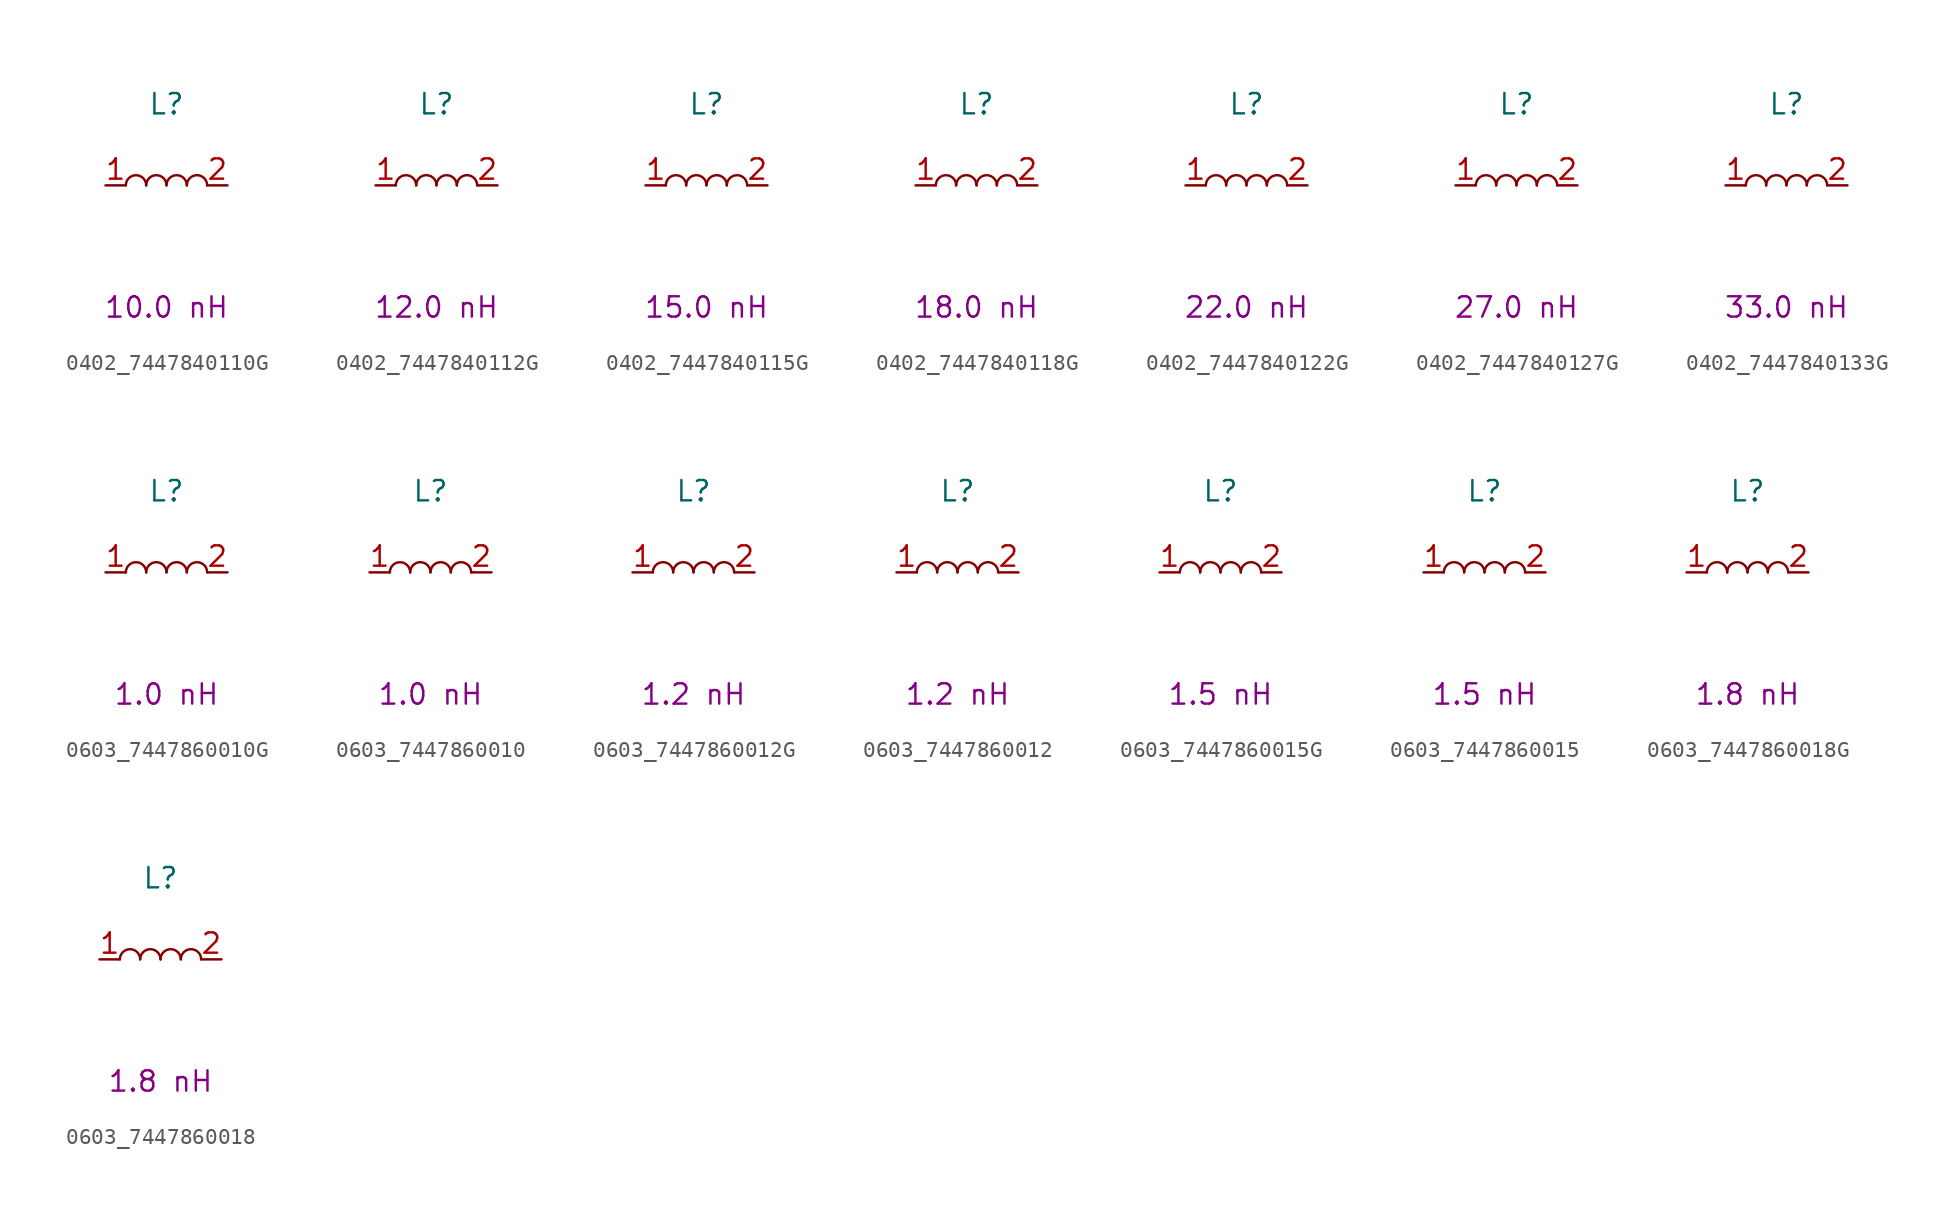
<source format=kicad_sym>
(kicad_symbol_lib
  (version 20220914)
  (generator kicad_symbol_editor)
  (symbol "0402_7447840110G"
    (pin_names hide)
    (property "Reference" "L"
      (at 0 5.08 0)
      (effects (font (size 1.27 1.27))))
    (property "Critical Parameter" "10.0 nH"
      (at 0 -7.62 0)
      (effects (font (size 1.27 1.27))))
    (symbol "0402_7447840110G_0_1"
      (arc (start -1.27 0) (mid -1.905 0.6323) (end -2.54 0) (stroke (width 0) (type default)) (fill (type none)))
      (arc (start 0 0) (mid -0.635 0.6323) (end -1.27 0) (stroke (width 0) (type default)) (fill (type none)))
      (arc (start 1.27 0) (mid 0.635 0.6323) (end 0 0) (stroke (width 0) (type default)) (fill (type none)))
      (arc (start 2.54 0) (mid 1.905 0.6323) (end 1.27 0) (stroke (width 0) (type default)) (fill (type none))))
    (symbol "0402_7447840110G_1_1"
      (pin passive line (at -3.81 0 0) (length 1.27) (name "1" (effects (font (size 1.27 1.27)))) (number "1" (effects (font (size 1.27 1.27)))))
      (pin passive line (at 3.81 0 180) (length 1.27) (name "2" (effects (font (size 1.27 1.27)))) (number "2" (effects (font (size 1.27 1.27)))))))
  (symbol "0402_7447840112G"
    (pin_names hide)
    (property "Reference" "L"
      (at 0 5.08 0)
      (effects (font (size 1.27 1.27))))
    (property "Critical Parameter" "12.0 nH"
      (at 0 -7.62 0)
      (effects (font (size 1.27 1.27))))
    (symbol "0402_7447840112G_0_1"
      (arc (start -1.27 0) (mid -1.905 0.6323) (end -2.54 0) (stroke (width 0) (type default)) (fill (type none)))
      (arc (start 0 0) (mid -0.635 0.6323) (end -1.27 0) (stroke (width 0) (type default)) (fill (type none)))
      (arc (start 1.27 0) (mid 0.635 0.6323) (end 0 0) (stroke (width 0) (type default)) (fill (type none)))
      (arc (start 2.54 0) (mid 1.905 0.6323) (end 1.27 0) (stroke (width 0) (type default)) (fill (type none))))
    (symbol "0402_7447840112G_1_1"
      (pin passive line (at -3.81 0 0) (length 1.27) (name "1" (effects (font (size 1.27 1.27)))) (number "1" (effects (font (size 1.27 1.27)))))
      (pin passive line (at 3.81 0 180) (length 1.27) (name "2" (effects (font (size 1.27 1.27)))) (number "2" (effects (font (size 1.27 1.27)))))))
  (symbol "0402_7447840115G"
    (pin_names hide)
    (property "Reference" "L"
      (at 0 5.08 0)
      (effects (font (size 1.27 1.27))))
    (property "Critical Parameter" "15.0 nH"
      (at 0 -7.62 0)
      (effects (font (size 1.27 1.27))))
    (symbol "0402_7447840115G_0_1"
      (arc (start -1.27 0) (mid -1.905 0.6323) (end -2.54 0) (stroke (width 0) (type default)) (fill (type none)))
      (arc (start 0 0) (mid -0.635 0.6323) (end -1.27 0) (stroke (width 0) (type default)) (fill (type none)))
      (arc (start 1.27 0) (mid 0.635 0.6323) (end 0 0) (stroke (width 0) (type default)) (fill (type none)))
      (arc (start 2.54 0) (mid 1.905 0.6323) (end 1.27 0) (stroke (width 0) (type default)) (fill (type none))))
    (symbol "0402_7447840115G_1_1"
      (pin passive line (at -3.81 0 0) (length 1.27) (name "1" (effects (font (size 1.27 1.27)))) (number "1" (effects (font (size 1.27 1.27)))))
      (pin passive line (at 3.81 0 180) (length 1.27) (name "2" (effects (font (size 1.27 1.27)))) (number "2" (effects (font (size 1.27 1.27)))))))
  (symbol "0402_7447840118G"
    (pin_names hide)
    (property "Reference" "L"
      (at 0 5.08 0)
      (effects (font (size 1.27 1.27))))
    (property "Critical Parameter" "18.0 nH"
      (at 0 -7.62 0)
      (effects (font (size 1.27 1.27))))
    (symbol "0402_7447840118G_0_1"
      (arc (start -1.27 0) (mid -1.905 0.6323) (end -2.54 0) (stroke (width 0) (type default)) (fill (type none)))
      (arc (start 0 0) (mid -0.635 0.6323) (end -1.27 0) (stroke (width 0) (type default)) (fill (type none)))
      (arc (start 1.27 0) (mid 0.635 0.6323) (end 0 0) (stroke (width 0) (type default)) (fill (type none)))
      (arc (start 2.54 0) (mid 1.905 0.6323) (end 1.27 0) (stroke (width 0) (type default)) (fill (type none))))
    (symbol "0402_7447840118G_1_1"
      (pin passive line (at -3.81 0 0) (length 1.27) (name "1" (effects (font (size 1.27 1.27)))) (number "1" (effects (font (size 1.27 1.27)))))
      (pin passive line (at 3.81 0 180) (length 1.27) (name "2" (effects (font (size 1.27 1.27)))) (number "2" (effects (font (size 1.27 1.27)))))))
  (symbol "0402_7447840122G"
    (pin_names hide)
    (property "Reference" "L"
      (at 0 5.08 0)
      (effects (font (size 1.27 1.27))))
    (property "Critical Parameter" "22.0 nH"
      (at 0 -7.62 0)
      (effects (font (size 1.27 1.27))))
    (symbol "0402_7447840122G_0_1"
      (arc (start -1.27 0) (mid -1.905 0.6323) (end -2.54 0) (stroke (width 0) (type default)) (fill (type none)))
      (arc (start 0 0) (mid -0.635 0.6323) (end -1.27 0) (stroke (width 0) (type default)) (fill (type none)))
      (arc (start 1.27 0) (mid 0.635 0.6323) (end 0 0) (stroke (width 0) (type default)) (fill (type none)))
      (arc (start 2.54 0) (mid 1.905 0.6323) (end 1.27 0) (stroke (width 0) (type default)) (fill (type none))))
    (symbol "0402_7447840122G_1_1"
      (pin passive line (at -3.81 0 0) (length 1.27) (name "1" (effects (font (size 1.27 1.27)))) (number "1" (effects (font (size 1.27 1.27)))))
      (pin passive line (at 3.81 0 180) (length 1.27) (name "2" (effects (font (size 1.27 1.27)))) (number "2" (effects (font (size 1.27 1.27)))))))
  (symbol "0402_7447840127G"
    (pin_names hide)
    (property "Reference" "L"
      (at 0 5.08 0)
      (effects (font (size 1.27 1.27))))
    (property "Critical Parameter" "27.0 nH"
      (at 0 -7.62 0)
      (effects (font (size 1.27 1.27))))
    (symbol "0402_7447840127G_0_1"
      (arc (start -1.27 0) (mid -1.905 0.6323) (end -2.54 0) (stroke (width 0) (type default)) (fill (type none)))
      (arc (start 0 0) (mid -0.635 0.6323) (end -1.27 0) (stroke (width 0) (type default)) (fill (type none)))
      (arc (start 1.27 0) (mid 0.635 0.6323) (end 0 0) (stroke (width 0) (type default)) (fill (type none)))
      (arc (start 2.54 0) (mid 1.905 0.6323) (end 1.27 0) (stroke (width 0) (type default)) (fill (type none))))
    (symbol "0402_7447840127G_1_1"
      (pin passive line (at -3.81 0 0) (length 1.27) (name "1" (effects (font (size 1.27 1.27)))) (number "1" (effects (font (size 1.27 1.27)))))
      (pin passive line (at 3.81 0 180) (length 1.27) (name "2" (effects (font (size 1.27 1.27)))) (number "2" (effects (font (size 1.27 1.27)))))))
  (symbol "0402_7447840133G"
    (pin_names hide)
    (property "Reference" "L"
      (at 0 5.08 0)
      (effects (font (size 1.27 1.27))))
    (property "Critical Parameter" "33.0 nH"
      (at 0 -7.62 0)
      (effects (font (size 1.27 1.27))))
    (symbol "0402_7447840133G_0_1"
      (arc (start -1.27 0) (mid -1.905 0.6323) (end -2.54 0) (stroke (width 0) (type default)) (fill (type none)))
      (arc (start 0 0) (mid -0.635 0.6323) (end -1.27 0) (stroke (width 0) (type default)) (fill (type none)))
      (arc (start 1.27 0) (mid 0.635 0.6323) (end 0 0) (stroke (width 0) (type default)) (fill (type none)))
      (arc (start 2.54 0) (mid 1.905 0.6323) (end 1.27 0) (stroke (width 0) (type default)) (fill (type none))))
    (symbol "0402_7447840133G_1_1"
      (pin passive line (at -3.81 0 0) (length 1.27) (name "1" (effects (font (size 1.27 1.27)))) (number "1" (effects (font (size 1.27 1.27)))))
      (pin passive line (at 3.81 0 180) (length 1.27) (name "2" (effects (font (size 1.27 1.27)))) (number "2" (effects (font (size 1.27 1.27)))))))
  (symbol "0603_7447860010G"
    (pin_names hide)
    (property "Reference" "L"
      (at 0 5.08 0)
      (effects (font (size 1.27 1.27))))
    (property "Critical Parameter" "1.0 nH"
      (at 0 -7.62 0)
      (effects (font (size 1.27 1.27))))
    (symbol "0603_7447860010G_0_1"
      (arc (start -1.27 0) (mid -1.905 0.6323) (end -2.54 0) (stroke (width 0) (type default)) (fill (type none)))
      (arc (start 0 0) (mid -0.635 0.6323) (end -1.27 0) (stroke (width 0) (type default)) (fill (type none)))
      (arc (start 1.27 0) (mid 0.635 0.6323) (end 0 0) (stroke (width 0) (type default)) (fill (type none)))
      (arc (start 2.54 0) (mid 1.905 0.6323) (end 1.27 0) (stroke (width 0) (type default)) (fill (type none))))
    (symbol "0603_7447860010G_1_1"
      (pin passive line (at -3.81 0 0) (length 1.27) (name "1" (effects (font (size 1.27 1.27)))) (number "1" (effects (font (size 1.27 1.27)))))
      (pin passive line (at 3.81 0 180) (length 1.27) (name "2" (effects (font (size 1.27 1.27)))) (number "2" (effects (font (size 1.27 1.27)))))))
  (symbol "0603_7447860010"
    (pin_names hide)
    (property "Reference" "L"
      (at 0 5.08 0)
      (effects (font (size 1.27 1.27))))
    (property "Critical Parameter" "1.0 nH"
      (at 0 -7.62 0)
      (effects (font (size 1.27 1.27))))
    (symbol "0603_7447860010_0_1"
      (arc (start -1.27 0) (mid -1.905 0.6323) (end -2.54 0) (stroke (width 0) (type default)) (fill (type none)))
      (arc (start 0 0) (mid -0.635 0.6323) (end -1.27 0) (stroke (width 0) (type default)) (fill (type none)))
      (arc (start 1.27 0) (mid 0.635 0.6323) (end 0 0) (stroke (width 0) (type default)) (fill (type none)))
      (arc (start 2.54 0) (mid 1.905 0.6323) (end 1.27 0) (stroke (width 0) (type default)) (fill (type none))))
    (symbol "0603_7447860010_1_1"
      (pin passive line (at -3.81 0 0) (length 1.27) (name "1" (effects (font (size 1.27 1.27)))) (number "1" (effects (font (size 1.27 1.27)))))
      (pin passive line (at 3.81 0 180) (length 1.27) (name "2" (effects (font (size 1.27 1.27)))) (number "2" (effects (font (size 1.27 1.27)))))))
  (symbol "0603_7447860012G"
    (pin_names hide)
    (property "Reference" "L"
      (at 0 5.08 0)
      (effects (font (size 1.27 1.27))))
    (property "Critical Parameter" "1.2 nH"
      (at 0 -7.62 0)
      (effects (font (size 1.27 1.27))))
    (symbol "0603_7447860012G_0_1"
      (arc (start -1.27 0) (mid -1.905 0.6323) (end -2.54 0) (stroke (width 0) (type default)) (fill (type none)))
      (arc (start 0 0) (mid -0.635 0.6323) (end -1.27 0) (stroke (width 0) (type default)) (fill (type none)))
      (arc (start 1.27 0) (mid 0.635 0.6323) (end 0 0) (stroke (width 0) (type default)) (fill (type none)))
      (arc (start 2.54 0) (mid 1.905 0.6323) (end 1.27 0) (stroke (width 0) (type default)) (fill (type none))))
    (symbol "0603_7447860012G_1_1"
      (pin passive line (at -3.81 0 0) (length 1.27) (name "1" (effects (font (size 1.27 1.27)))) (number "1" (effects (font (size 1.27 1.27)))))
      (pin passive line (at 3.81 0 180) (length 1.27) (name "2" (effects (font (size 1.27 1.27)))) (number "2" (effects (font (size 1.27 1.27)))))))
  (symbol "0603_7447860012"
    (pin_names hide)
    (property "Reference" "L"
      (at 0 5.08 0)
      (effects (font (size 1.27 1.27))))
    (property "Critical Parameter" "1.2 nH"
      (at 0 -7.62 0)
      (effects (font (size 1.27 1.27))))
    (symbol "0603_7447860012_0_1"
      (arc (start -1.27 0) (mid -1.905 0.6323) (end -2.54 0) (stroke (width 0) (type default)) (fill (type none)))
      (arc (start 0 0) (mid -0.635 0.6323) (end -1.27 0) (stroke (width 0) (type default)) (fill (type none)))
      (arc (start 1.27 0) (mid 0.635 0.6323) (end 0 0) (stroke (width 0) (type default)) (fill (type none)))
      (arc (start 2.54 0) (mid 1.905 0.6323) (end 1.27 0) (stroke (width 0) (type default)) (fill (type none))))
    (symbol "0603_7447860012_1_1"
      (pin passive line (at -3.81 0 0) (length 1.27) (name "1" (effects (font (size 1.27 1.27)))) (number "1" (effects (font (size 1.27 1.27)))))
      (pin passive line (at 3.81 0 180) (length 1.27) (name "2" (effects (font (size 1.27 1.27)))) (number "2" (effects (font (size 1.27 1.27)))))))
  (symbol "0603_7447860015G"
    (pin_names hide)
    (property "Reference" "L"
      (at 0 5.08 0)
      (effects (font (size 1.27 1.27))))
    (property "Critical Parameter" "1.5 nH"
      (at 0 -7.62 0)
      (effects (font (size 1.27 1.27))))
    (symbol "0603_7447860015G_0_1"
      (arc (start -1.27 0) (mid -1.905 0.6323) (end -2.54 0) (stroke (width 0) (type default)) (fill (type none)))
      (arc (start 0 0) (mid -0.635 0.6323) (end -1.27 0) (stroke (width 0) (type default)) (fill (type none)))
      (arc (start 1.27 0) (mid 0.635 0.6323) (end 0 0) (stroke (width 0) (type default)) (fill (type none)))
      (arc (start 2.54 0) (mid 1.905 0.6323) (end 1.27 0) (stroke (width 0) (type default)) (fill (type none))))
    (symbol "0603_7447860015G_1_1"
      (pin passive line (at -3.81 0 0) (length 1.27) (name "1" (effects (font (size 1.27 1.27)))) (number "1" (effects (font (size 1.27 1.27)))))
      (pin passive line (at 3.81 0 180) (length 1.27) (name "2" (effects (font (size 1.27 1.27)))) (number "2" (effects (font (size 1.27 1.27)))))))
  (symbol "0603_7447860015"
    (pin_names hide)
    (property "Reference" "L"
      (at 0 5.08 0)
      (effects (font (size 1.27 1.27))))
    (property "Critical Parameter" "1.5 nH"
      (at 0 -7.62 0)
      (effects (font (size 1.27 1.27))))
    (symbol "0603_7447860015_0_1"
      (arc (start -1.27 0) (mid -1.905 0.6323) (end -2.54 0) (stroke (width 0) (type default)) (fill (type none)))
      (arc (start 0 0) (mid -0.635 0.6323) (end -1.27 0) (stroke (width 0) (type default)) (fill (type none)))
      (arc (start 1.27 0) (mid 0.635 0.6323) (end 0 0) (stroke (width 0) (type default)) (fill (type none)))
      (arc (start 2.54 0) (mid 1.905 0.6323) (end 1.27 0) (stroke (width 0) (type default)) (fill (type none))))
    (symbol "0603_7447860015_1_1"
      (pin passive line (at -3.81 0 0) (length 1.27) (name "1" (effects (font (size 1.27 1.27)))) (number "1" (effects (font (size 1.27 1.27)))))
      (pin passive line (at 3.81 0 180) (length 1.27) (name "2" (effects (font (size 1.27 1.27)))) (number "2" (effects (font (size 1.27 1.27)))))))
  (symbol "0603_7447860018G"
    (pin_names hide)
    (property "Reference" "L"
      (at 0 5.08 0)
      (effects (font (size 1.27 1.27))))
    (property "Critical Parameter" "1.8 nH"
      (at 0 -7.62 0)
      (effects (font (size 1.27 1.27))))
    (symbol "0603_7447860018G_0_1"
      (arc (start -1.27 0) (mid -1.905 0.6323) (end -2.54 0) (stroke (width 0) (type default)) (fill (type none)))
      (arc (start 0 0) (mid -0.635 0.6323) (end -1.27 0) (stroke (width 0) (type default)) (fill (type none)))
      (arc (start 1.27 0) (mid 0.635 0.6323) (end 0 0) (stroke (width 0) (type default)) (fill (type none)))
      (arc (start 2.54 0) (mid 1.905 0.6323) (end 1.27 0) (stroke (width 0) (type default)) (fill (type none))))
    (symbol "0603_7447860018G_1_1"
      (pin passive line (at -3.81 0 0) (length 1.27) (name "1" (effects (font (size 1.27 1.27)))) (number "1" (effects (font (size 1.27 1.27)))))
      (pin passive line (at 3.81 0 180) (length 1.27) (name "2" (effects (font (size 1.27 1.27)))) (number "2" (effects (font (size 1.27 1.27)))))))
  (symbol "0603_7447860018"
    (pin_names hide)
    (property "Reference" "L"
      (at 0 5.08 0)
      (effects (font (size 1.27 1.27))))
    (property "Critical Parameter" "1.8 nH"
      (at 0 -7.62 0)
      (effects (font (size 1.27 1.27))))
    (symbol "0603_7447860018_0_1"
      (arc (start -1.27 0) (mid -1.905 0.6323) (end -2.54 0) (stroke (width 0) (type default)) (fill (type none)))
      (arc (start 0 0) (mid -0.635 0.6323) (end -1.27 0) (stroke (width 0) (type default)) (fill (type none)))
      (arc (start 1.27 0) (mid 0.635 0.6323) (end 0 0) (stroke (width 0) (type default)) (fill (type none)))
      (arc (start 2.54 0) (mid 1.905 0.6323) (end 1.27 0) (stroke (width 0) (type default)) (fill (type none))))
    (symbol "0603_7447860018_1_1"
      (pin passive line (at -3.81 0 0) (length 1.27) (name "1" (effects (font (size 1.27 1.27)))) (number "1" (effects (font (size 1.27 1.27)))))
      (pin passive line (at 3.81 0 180) (length 1.27) (name "2" (effects (font (size 1.27 1.27)))) (number "2" (effects (font (size 1.27 1.27))))))))
</source>
